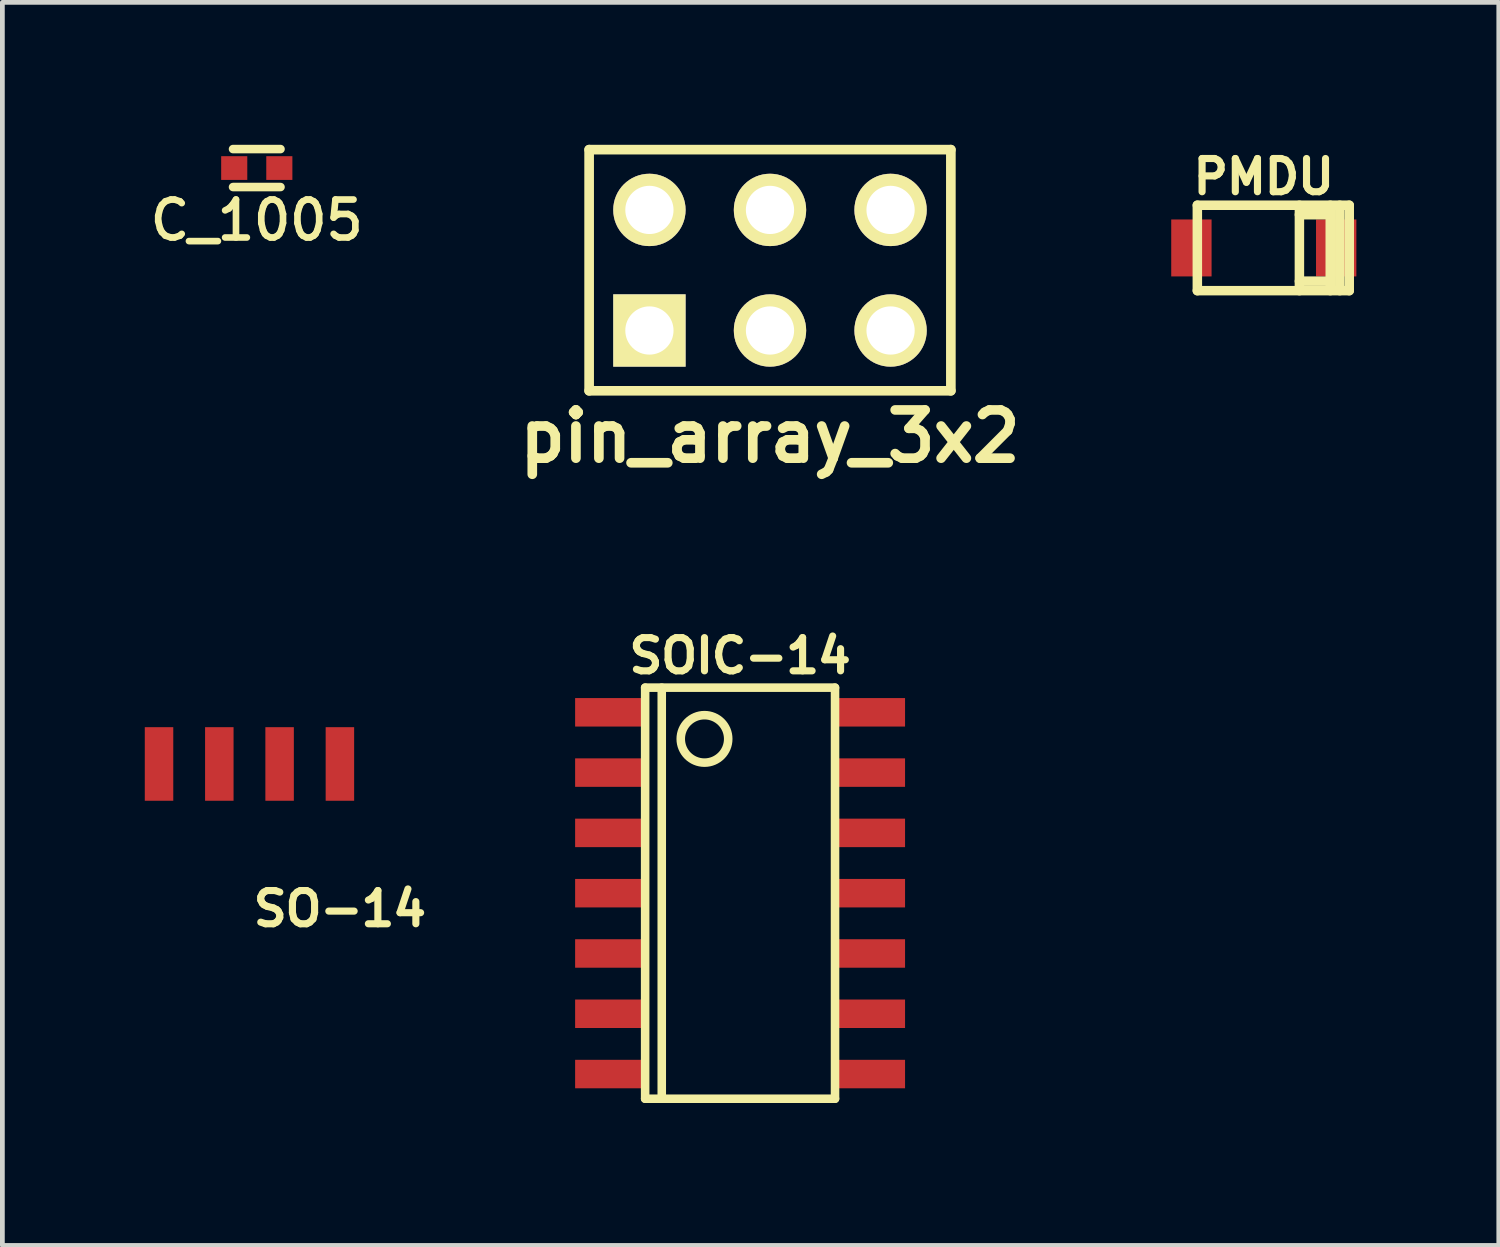
<source format=kicad_pcb>
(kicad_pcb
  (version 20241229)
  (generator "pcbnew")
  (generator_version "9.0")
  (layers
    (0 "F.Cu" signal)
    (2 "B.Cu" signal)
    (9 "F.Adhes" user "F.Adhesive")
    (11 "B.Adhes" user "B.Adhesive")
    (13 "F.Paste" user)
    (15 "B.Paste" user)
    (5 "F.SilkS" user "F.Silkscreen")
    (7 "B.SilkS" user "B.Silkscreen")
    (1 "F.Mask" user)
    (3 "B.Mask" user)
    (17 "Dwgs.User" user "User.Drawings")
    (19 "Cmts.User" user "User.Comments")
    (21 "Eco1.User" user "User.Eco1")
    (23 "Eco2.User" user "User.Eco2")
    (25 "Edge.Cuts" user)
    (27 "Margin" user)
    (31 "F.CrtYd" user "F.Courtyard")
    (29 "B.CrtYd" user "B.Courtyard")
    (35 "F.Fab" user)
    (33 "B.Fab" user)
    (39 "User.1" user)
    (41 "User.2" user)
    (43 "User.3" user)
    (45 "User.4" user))
  (footprint "SO-14"
    (layer "F.Cu")
    (at 4.11 10.343)
    (property "Reference" "SO-14" (at 0 5.75 0) (layer "F.SilkS") (effects (font (size 0.7 0.7) (thickness 0.15))))
    (attr through_hole)
    (pad "1" smd rect (at -3.81 2.7) (size 0.6 1.55) (layers "F.Cu" "F.Mask" "F.Paste"))
    (pad "2" smd rect (at -2.54 2.7) (size 0.6 1.55) (layers "F.Cu" "F.Mask" "F.Paste"))
    (pad "3" smd rect (at -1.27 2.7) (size 0.6 1.55) (layers "F.Cu" "F.Mask" "F.Paste"))
    (pad "4" smd rect (at 0 2.7) (size 0.6 1.55) (layers "F.Cu" "F.Mask" "F.Paste")))
  (footprint "pin_array_3x2"
    (layer "F.Cu")
    (at 13.17 2.642)
    (property "Reference" "pin_array_3x2" (at 0 3.5 0) (layer "F.SilkS") (effects (font (size 1.016 1.016) (thickness 0.203))))
    (attr through_hole)
    (fp_line (start -3.81 -2.54) (end 3.81 -2.54) (stroke (width 0.203) (type solid)) (layer "F.SilkS"))
    (fp_line (start -3.81 2.54) (end -3.81 -2.54) (stroke (width 0.203) (type solid)) (layer "F.SilkS"))
    (fp_line (start 3.81 -2.54) (end 3.81 2.54) (stroke (width 0.203) (type solid)) (layer "F.SilkS"))
    (fp_line (start 3.81 2.54) (end -3.81 2.54) (stroke (width 0.203) (type solid)) (layer "F.SilkS"))
    (pad "1" thru_hole rect (at -2.54 1.27) (size 1.524 1.524) (drill 1.016) (layers "*.Cu" "*.Mask" "F.SilkS"))
    (pad "2" thru_hole circle (at -2.54 -1.27) (size 1.524 1.524) (drill 1.016) (layers "*.Cu" "*.Mask" "F.SilkS"))
    (pad "3" thru_hole circle (at 0 1.27) (size 1.524 1.524) (drill 1.016) (layers "*.Cu" "*.Mask" "F.SilkS"))
    (pad "4" thru_hole circle (at 0 -1.27) (size 1.524 1.524) (drill 1.016) (layers "*.Cu" "*.Mask" "F.SilkS"))
    (pad "5" thru_hole circle (at 2.54 1.27) (size 1.524 1.524) (drill 1.016) (layers "*.Cu" "*.Mask" "F.SilkS"))
    (pad "6" thru_hole circle (at 2.54 -1.27) (size 1.524 1.524) (drill 1.016) (layers "*.Cu" "*.Mask" "F.SilkS")))
  (footprint "PMDU"
    (layer "F.Cu")
    (at 23.572 2.173)
    (property "Reference" "PMDU" (at 0 -1.5 0) (layer "F.SilkS") (effects (font (size 0.7 0.7) (thickness 0.15))))
    (attr smd)
    (fp_line (start -1.4 -0.9) (end -1.4 0.9) (stroke (width 0.2) (type solid)) (layer "F.SilkS"))
    (fp_line (start -1.4 -0.9) (end 1.8 -0.9) (stroke (width 0.2) (type solid)) (layer "F.SilkS"))
    (fp_line (start -1.4 0.9) (end 1.8 0.9) (stroke (width 0.2) (type solid)) (layer "F.SilkS"))
    (fp_line (start 0.75 -0.9) (end 0.75 0.9) (stroke (width 0.2) (type solid)) (layer "F.SilkS"))
    (fp_line (start 0.75 -0.7) (end 1.4 -0.7) (stroke (width 0.2) (type solid)) (layer "F.SilkS"))
    (fp_line (start 0.75 0.7) (end 1.4 0.7) (stroke (width 0.2) (type solid)) (layer "F.SilkS"))
    (fp_line (start 1.4 -0.9) (end 1.4 0.9) (stroke (width 0.2) (type solid)) (layer "F.SilkS"))
    (fp_line (start 1.6 -0.9) (end 1.6 0.9) (stroke (width 0.2) (type solid)) (layer "F.SilkS"))
    (fp_line (start 1.8 -0.9) (end 1.8 0.9) (stroke (width 0.2) (type solid)) (layer "F.SilkS"))
    (pad "1" smd rect (at 1.525 0) (size 0.85 1.2) (layers "F.Cu" "F.Mask" "F.Paste"))
    (pad "2" smd rect (at -1.525 0) (size 0.85 1.2) (layers "F.Cu" "F.Mask" "F.Paste")))
  (footprint "C_1005"
    (layer "F.Cu")
    (at 2.359 0.49)
    (property "Reference" "C_1005" (at 0 1.1 0) (layer "F.SilkS") (effects (font (size 0.8 0.8) (thickness 0.14))))
    (attr smd)
    (fp_line (start -0.5 -0.4) (end 0.5 -0.4) (stroke (width 0.18) (type solid)) (layer "F.SilkS"))
    (fp_line (start 0.5 0.4) (end -0.5 0.4) (stroke (width 0.18) (type solid)) (layer "F.SilkS"))
    (pad "1" smd rect (at -0.475 0) (size 0.55 0.5) (layers "F.Cu" "F.Mask" "F.Paste"))
    (pad "2" smd rect (at 0.475 0) (size 0.55 0.5) (layers "F.Cu" "F.Mask" "F.Paste")))
  (footprint "SOIC-14"
    (layer "F.Cu")
    (at 12.54 15.765)
    (property "Reference" "SOIC-14" (at 0 -5 0) (layer "F.SilkS") (effects (font (size 0.7 0.7) (thickness 0.15))))
    (attr smd)
    (fp_line (start -2 4.33) (end -2 -4.33) (stroke (width 0.18) (type solid)) (layer "F.SilkS"))
    (fp_line (start -1.65 -4.33) (end -1.65 4.33) (stroke (width 0.18) (type solid)) (layer "F.SilkS"))
    (fp_line (start 2 -4.33) (end -2 -4.33) (stroke (width 0.18) (type solid)) (layer "F.SilkS"))
    (fp_line (start 2 -4.33) (end 2 4.33) (stroke (width 0.18) (type solid)) (layer "F.SilkS"))
    (fp_line (start 2 4.33) (end -2 4.33) (stroke (width 0.18) (type solid)) (layer "F.SilkS"))
    (fp_circle (center -0.75 -3.25) (end -0.75 -2.75) (stroke (width 0.18) (type solid)) (fill no) (layer "F.SilkS"))
    (pad "1" smd rect (at -2.7 -3.81 270) (size 0.6 1.55) (layers "F.Cu" "F.Mask" "F.Paste"))
    (pad "2" smd rect (at -2.7 -2.54 270) (size 0.6 1.55) (layers "F.Cu" "F.Mask" "F.Paste"))
    (pad "3" smd rect (at -2.7 -1.27 270) (size 0.6 1.55) (layers "F.Cu" "F.Mask" "F.Paste"))
    (pad "4" smd rect (at -2.7 0 270) (size 0.6 1.55) (layers "F.Cu" "F.Mask" "F.Paste"))
    (pad "5" smd rect (at -2.7 1.27 270) (size 0.6 1.55) (layers "F.Cu" "F.Mask" "F.Paste"))
    (pad "6" smd rect (at -2.7 2.54 270) (size 0.6 1.55) (layers "F.Cu" "F.Mask" "F.Paste"))
    (pad "7" smd rect (at -2.7 3.81 270) (size 0.6 1.55) (layers "F.Cu" "F.Mask" "F.Paste"))
    (pad "8" smd rect (at 2.7 3.81 270) (size 0.6 1.55) (layers "F.Cu" "F.Mask" "F.Paste"))
    (pad "9" smd rect (at 2.7 2.54 270) (size 0.6 1.55) (layers "F.Cu" "F.Mask" "F.Paste"))
    (pad "10" smd rect (at 2.7 1.27 270) (size 0.6 1.55) (layers "F.Cu" "F.Mask" "F.Paste"))
    (pad "11" smd rect (at 2.7 0 270) (size 0.6 1.55) (layers "F.Cu" "F.Mask" "F.Paste"))
    (pad "12" smd rect (at 2.7 -1.27 270) (size 0.6 1.55) (layers "F.Cu" "F.Mask" "F.Paste"))
    (pad "13" smd rect (at 2.7 -2.54 270) (size 0.6 1.55) (layers "F.Cu" "F.Mask" "F.Paste"))
    (pad "14" smd rect (at 2.7 -3.81 270) (size 0.6 1.55) (layers "F.Cu" "F.Mask" "F.Paste")))
  (gr_rect
    (start -3 -3)
    (end 28.522 23.185)
    (stroke (width 0.1) (type default))
    (fill no)
    (layer "Edge.Cuts")))
</source>
